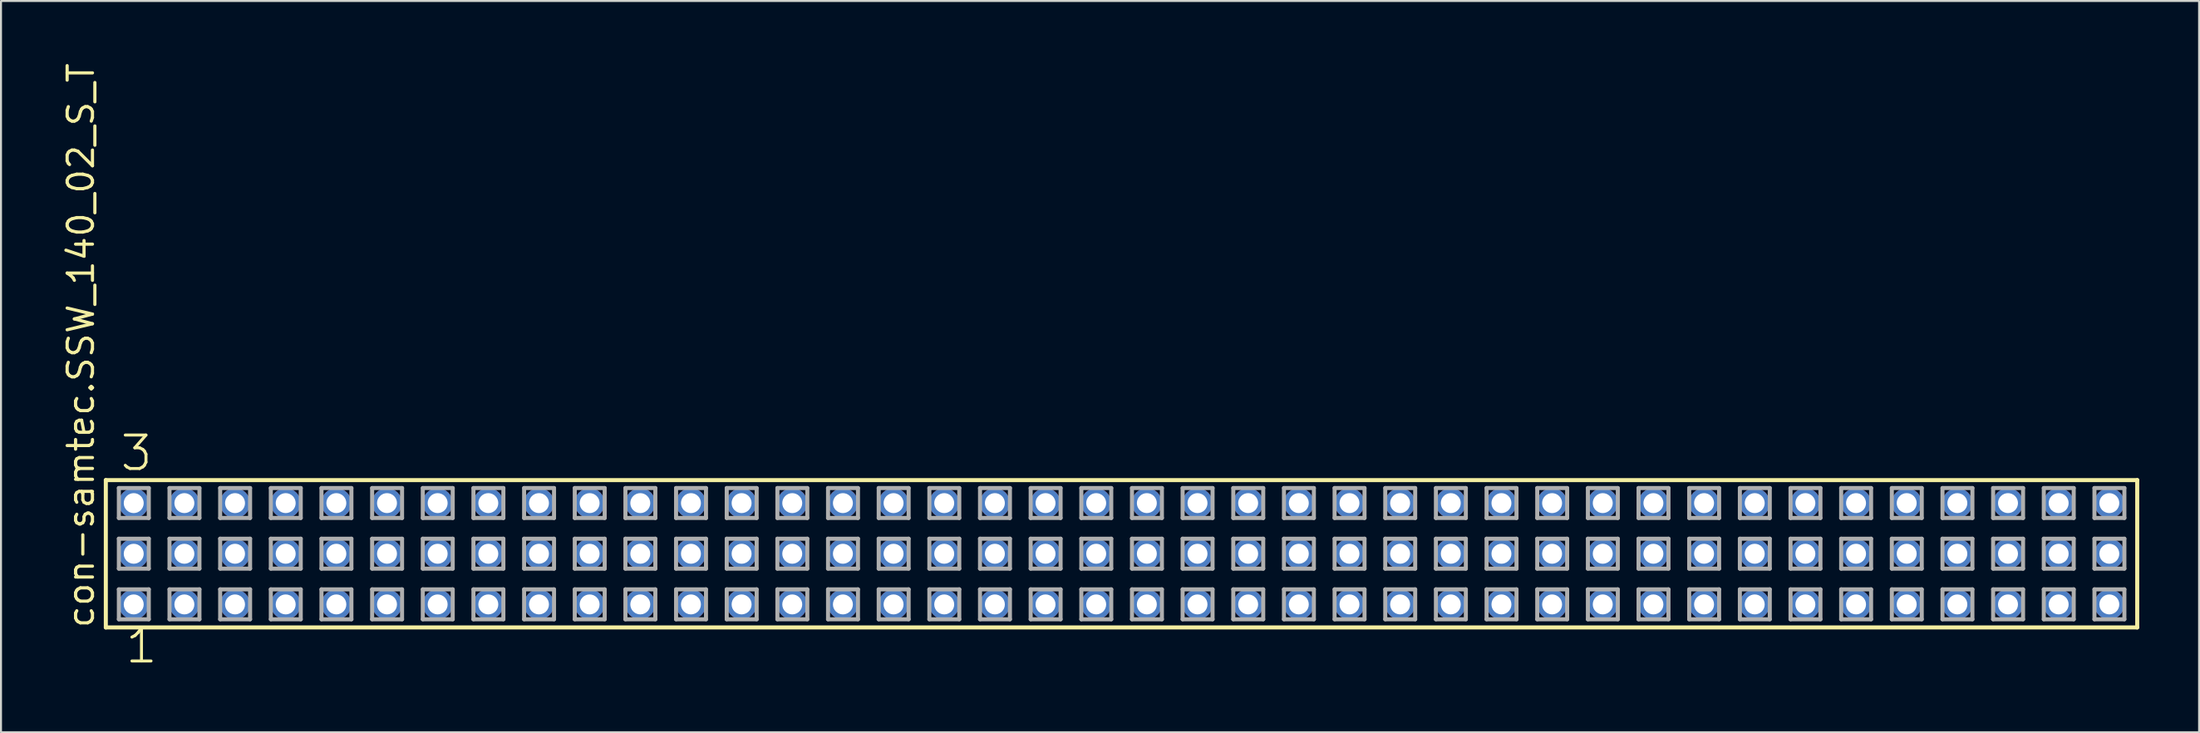
<source format=kicad_pcb>
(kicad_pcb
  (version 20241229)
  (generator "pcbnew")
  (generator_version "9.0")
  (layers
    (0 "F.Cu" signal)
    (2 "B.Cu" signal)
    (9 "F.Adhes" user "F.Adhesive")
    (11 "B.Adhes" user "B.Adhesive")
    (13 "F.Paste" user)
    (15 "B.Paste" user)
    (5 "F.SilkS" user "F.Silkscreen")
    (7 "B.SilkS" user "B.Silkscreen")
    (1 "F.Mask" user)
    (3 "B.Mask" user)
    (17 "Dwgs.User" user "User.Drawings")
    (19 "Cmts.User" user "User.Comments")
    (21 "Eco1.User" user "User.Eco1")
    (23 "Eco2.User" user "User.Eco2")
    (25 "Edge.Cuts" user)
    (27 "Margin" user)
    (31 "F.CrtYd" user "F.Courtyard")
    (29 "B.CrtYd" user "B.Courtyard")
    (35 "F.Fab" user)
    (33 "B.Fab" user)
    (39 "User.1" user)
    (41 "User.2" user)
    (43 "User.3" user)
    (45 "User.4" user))
  (footprint "con-samtec.SSW_140_02_S_T"
    (layer "F.Cu")
    (at 53.185 24.719)
    (property "Reference" "con-samtec.SSW_140_02_S_T" (at -51.435 3.81 90) (layer "F.SilkS") (effects (font (size 1.27 1.27) (thickness 0.16)) (justify left bottom)))
    (attr through_hole)
    (fp_line (start -50.929 -3.695) (end 50.929 -3.695) (stroke (width 0.203) (type default)) (layer "F.SilkS"))
    (fp_line (start -50.929 3.695) (end -50.929 -3.695) (stroke (width 0.203) (type default)) (layer "F.SilkS"))
    (fp_line (start 50.929 -3.695) (end 50.929 3.695) (stroke (width 0.203) (type default)) (layer "F.SilkS"))
    (fp_line (start 50.929 3.695) (end -50.929 3.695) (stroke (width 0.203) (type default)) (layer "F.SilkS"))
    (fp_line (start -50.275 -3.295) (end -48.775 -3.295) (stroke (width 0.203) (type default)) (layer "F.Fab"))
    (fp_line (start -50.275 -1.795) (end -50.275 -3.295) (stroke (width 0.203) (type default)) (layer "F.Fab"))
    (fp_line (start -50.275 -0.755) (end -48.775 -0.755) (stroke (width 0.203) (type default)) (layer "F.Fab"))
    (fp_line (start -50.275 0.745) (end -50.275 -0.755) (stroke (width 0.203) (type default)) (layer "F.Fab"))
    (fp_line (start -50.275 1.785) (end -48.775 1.785) (stroke (width 0.203) (type default)) (layer "F.Fab"))
    (fp_line (start -50.275 3.285) (end -50.275 1.785) (stroke (width 0.203) (type default)) (layer "F.Fab"))
    (fp_line (start -48.775 -3.295) (end -48.775 -1.795) (stroke (width 0.203) (type default)) (layer "F.Fab"))
    (fp_line (start -48.775 -1.795) (end -50.275 -1.795) (stroke (width 0.203) (type default)) (layer "F.Fab"))
    (fp_line (start -48.775 -0.755) (end -48.775 0.745) (stroke (width 0.203) (type default)) (layer "F.Fab"))
    (fp_line (start -48.775 0.745) (end -50.275 0.745) (stroke (width 0.203) (type default)) (layer "F.Fab"))
    (fp_line (start -48.775 1.785) (end -48.775 3.285) (stroke (width 0.203) (type default)) (layer "F.Fab"))
    (fp_line (start -48.775 3.285) (end -50.275 3.285) (stroke (width 0.203) (type default)) (layer "F.Fab"))
    (fp_line (start -47.735 -3.295) (end -46.235 -3.295) (stroke (width 0.203) (type default)) (layer "F.Fab"))
    (fp_line (start -47.735 -1.795) (end -47.735 -3.295) (stroke (width 0.203) (type default)) (layer "F.Fab"))
    (fp_line (start -47.735 -0.755) (end -46.235 -0.755) (stroke (width 0.203) (type default)) (layer "F.Fab"))
    (fp_line (start -47.735 0.745) (end -47.735 -0.755) (stroke (width 0.203) (type default)) (layer "F.Fab"))
    (fp_line (start -47.735 1.785) (end -46.235 1.785) (stroke (width 0.203) (type default)) (layer "F.Fab"))
    (fp_line (start -47.735 3.285) (end -47.735 1.785) (stroke (width 0.203) (type default)) (layer "F.Fab"))
    (fp_line (start -46.235 -3.295) (end -46.235 -1.795) (stroke (width 0.203) (type default)) (layer "F.Fab"))
    (fp_line (start -46.235 -1.795) (end -47.735 -1.795) (stroke (width 0.203) (type default)) (layer "F.Fab"))
    (fp_line (start -46.235 -0.755) (end -46.235 0.745) (stroke (width 0.203) (type default)) (layer "F.Fab"))
    (fp_line (start -46.235 0.745) (end -47.735 0.745) (stroke (width 0.203) (type default)) (layer "F.Fab"))
    (fp_line (start -46.235 1.785) (end -46.235 3.285) (stroke (width 0.203) (type default)) (layer "F.Fab"))
    (fp_line (start -46.235 3.285) (end -47.735 3.285) (stroke (width 0.203) (type default)) (layer "F.Fab"))
    (fp_line (start -45.195 -3.295) (end -43.695 -3.295) (stroke (width 0.203) (type default)) (layer "F.Fab"))
    (fp_line (start -45.195 -1.795) (end -45.195 -3.295) (stroke (width 0.203) (type default)) (layer "F.Fab"))
    (fp_line (start -45.195 -0.755) (end -43.695 -0.755) (stroke (width 0.203) (type default)) (layer "F.Fab"))
    (fp_line (start -45.195 0.745) (end -45.195 -0.755) (stroke (width 0.203) (type default)) (layer "F.Fab"))
    (fp_line (start -45.195 1.785) (end -43.695 1.785) (stroke (width 0.203) (type default)) (layer "F.Fab"))
    (fp_line (start -45.195 3.285) (end -45.195 1.785) (stroke (width 0.203) (type default)) (layer "F.Fab"))
    (fp_line (start -43.695 -3.295) (end -43.695 -1.795) (stroke (width 0.203) (type default)) (layer "F.Fab"))
    (fp_line (start -43.695 -1.795) (end -45.195 -1.795) (stroke (width 0.203) (type default)) (layer "F.Fab"))
    (fp_line (start -43.695 -0.755) (end -43.695 0.745) (stroke (width 0.203) (type default)) (layer "F.Fab"))
    (fp_line (start -43.695 0.745) (end -45.195 0.745) (stroke (width 0.203) (type default)) (layer "F.Fab"))
    (fp_line (start -43.695 1.785) (end -43.695 3.285) (stroke (width 0.203) (type default)) (layer "F.Fab"))
    (fp_line (start -43.695 3.285) (end -45.195 3.285) (stroke (width 0.203) (type default)) (layer "F.Fab"))
    (fp_line (start -42.655 -3.295) (end -41.155 -3.295) (stroke (width 0.203) (type default)) (layer "F.Fab"))
    (fp_line (start -42.655 -1.795) (end -42.655 -3.295) (stroke (width 0.203) (type default)) (layer "F.Fab"))
    (fp_line (start -42.655 -0.755) (end -41.155 -0.755) (stroke (width 0.203) (type default)) (layer "F.Fab"))
    (fp_line (start -42.655 0.745) (end -42.655 -0.755) (stroke (width 0.203) (type default)) (layer "F.Fab"))
    (fp_line (start -42.655 1.785) (end -41.155 1.785) (stroke (width 0.203) (type default)) (layer "F.Fab"))
    (fp_line (start -42.655 3.285) (end -42.655 1.785) (stroke (width 0.203) (type default)) (layer "F.Fab"))
    (fp_line (start -41.155 -3.295) (end -41.155 -1.795) (stroke (width 0.203) (type default)) (layer "F.Fab"))
    (fp_line (start -41.155 -1.795) (end -42.655 -1.795) (stroke (width 0.203) (type default)) (layer "F.Fab"))
    (fp_line (start -41.155 -0.755) (end -41.155 0.745) (stroke (width 0.203) (type default)) (layer "F.Fab"))
    (fp_line (start -41.155 0.745) (end -42.655 0.745) (stroke (width 0.203) (type default)) (layer "F.Fab"))
    (fp_line (start -41.155 1.785) (end -41.155 3.285) (stroke (width 0.203) (type default)) (layer "F.Fab"))
    (fp_line (start -41.155 3.285) (end -42.655 3.285) (stroke (width 0.203) (type default)) (layer "F.Fab"))
    (fp_line (start -40.115 -3.295) (end -38.615 -3.295) (stroke (width 0.203) (type default)) (layer "F.Fab"))
    (fp_line (start -40.115 -1.795) (end -40.115 -3.295) (stroke (width 0.203) (type default)) (layer "F.Fab"))
    (fp_line (start -40.115 -0.755) (end -38.615 -0.755) (stroke (width 0.203) (type default)) (layer "F.Fab"))
    (fp_line (start -40.115 0.745) (end -40.115 -0.755) (stroke (width 0.203) (type default)) (layer "F.Fab"))
    (fp_line (start -40.115 1.785) (end -38.615 1.785) (stroke (width 0.203) (type default)) (layer "F.Fab"))
    (fp_line (start -40.115 3.285) (end -40.115 1.785) (stroke (width 0.203) (type default)) (layer "F.Fab"))
    (fp_line (start -38.615 -3.295) (end -38.615 -1.795) (stroke (width 0.203) (type default)) (layer "F.Fab"))
    (fp_line (start -38.615 -1.795) (end -40.115 -1.795) (stroke (width 0.203) (type default)) (layer "F.Fab"))
    (fp_line (start -38.615 -0.755) (end -38.615 0.745) (stroke (width 0.203) (type default)) (layer "F.Fab"))
    (fp_line (start -38.615 0.745) (end -40.115 0.745) (stroke (width 0.203) (type default)) (layer "F.Fab"))
    (fp_line (start -38.615 1.785) (end -38.615 3.285) (stroke (width 0.203) (type default)) (layer "F.Fab"))
    (fp_line (start -38.615 3.285) (end -40.115 3.285) (stroke (width 0.203) (type default)) (layer "F.Fab"))
    (fp_line (start -37.575 -3.295) (end -36.075 -3.295) (stroke (width 0.203) (type default)) (layer "F.Fab"))
    (fp_line (start -37.575 -1.795) (end -37.575 -3.295) (stroke (width 0.203) (type default)) (layer "F.Fab"))
    (fp_line (start -37.575 -0.755) (end -36.075 -0.755) (stroke (width 0.203) (type default)) (layer "F.Fab"))
    (fp_line (start -37.575 0.745) (end -37.575 -0.755) (stroke (width 0.203) (type default)) (layer "F.Fab"))
    (fp_line (start -37.575 1.785) (end -36.075 1.785) (stroke (width 0.203) (type default)) (layer "F.Fab"))
    (fp_line (start -37.575 3.285) (end -37.575 1.785) (stroke (width 0.203) (type default)) (layer "F.Fab"))
    (fp_line (start -36.075 -3.295) (end -36.075 -1.795) (stroke (width 0.203) (type default)) (layer "F.Fab"))
    (fp_line (start -36.075 -1.795) (end -37.575 -1.795) (stroke (width 0.203) (type default)) (layer "F.Fab"))
    (fp_line (start -36.075 -0.755) (end -36.075 0.745) (stroke (width 0.203) (type default)) (layer "F.Fab"))
    (fp_line (start -36.075 0.745) (end -37.575 0.745) (stroke (width 0.203) (type default)) (layer "F.Fab"))
    (fp_line (start -36.075 1.785) (end -36.075 3.285) (stroke (width 0.203) (type default)) (layer "F.Fab"))
    (fp_line (start -36.075 3.285) (end -37.575 3.285) (stroke (width 0.203) (type default)) (layer "F.Fab"))
    (fp_line (start -35.035 -3.295) (end -33.535 -3.295) (stroke (width 0.203) (type default)) (layer "F.Fab"))
    (fp_line (start -35.035 -1.795) (end -35.035 -3.295) (stroke (width 0.203) (type default)) (layer "F.Fab"))
    (fp_line (start -35.035 -0.755) (end -33.535 -0.755) (stroke (width 0.203) (type default)) (layer "F.Fab"))
    (fp_line (start -35.035 0.745) (end -35.035 -0.755) (stroke (width 0.203) (type default)) (layer "F.Fab"))
    (fp_line (start -35.035 1.785) (end -33.535 1.785) (stroke (width 0.203) (type default)) (layer "F.Fab"))
    (fp_line (start -35.035 3.285) (end -35.035 1.785) (stroke (width 0.203) (type default)) (layer "F.Fab"))
    (fp_line (start -33.535 -3.295) (end -33.535 -1.795) (stroke (width 0.203) (type default)) (layer "F.Fab"))
    (fp_line (start -33.535 -1.795) (end -35.035 -1.795) (stroke (width 0.203) (type default)) (layer "F.Fab"))
    (fp_line (start -33.535 -0.755) (end -33.535 0.745) (stroke (width 0.203) (type default)) (layer "F.Fab"))
    (fp_line (start -33.535 0.745) (end -35.035 0.745) (stroke (width 0.203) (type default)) (layer "F.Fab"))
    (fp_line (start -33.535 1.785) (end -33.535 3.285) (stroke (width 0.203) (type default)) (layer "F.Fab"))
    (fp_line (start -33.535 3.285) (end -35.035 3.285) (stroke (width 0.203) (type default)) (layer "F.Fab"))
    (fp_line (start -32.495 -3.295) (end -30.995 -3.295) (stroke (width 0.203) (type default)) (layer "F.Fab"))
    (fp_line (start -32.495 -1.795) (end -32.495 -3.295) (stroke (width 0.203) (type default)) (layer "F.Fab"))
    (fp_line (start -32.495 -0.755) (end -30.995 -0.755) (stroke (width 0.203) (type default)) (layer "F.Fab"))
    (fp_line (start -32.495 0.745) (end -32.495 -0.755) (stroke (width 0.203) (type default)) (layer "F.Fab"))
    (fp_line (start -32.495 1.785) (end -30.995 1.785) (stroke (width 0.203) (type default)) (layer "F.Fab"))
    (fp_line (start -32.495 3.285) (end -32.495 1.785) (stroke (width 0.203) (type default)) (layer "F.Fab"))
    (fp_line (start -30.995 -3.295) (end -30.995 -1.795) (stroke (width 0.203) (type default)) (layer "F.Fab"))
    (fp_line (start -30.995 -1.795) (end -32.495 -1.795) (stroke (width 0.203) (type default)) (layer "F.Fab"))
    (fp_line (start -30.995 -0.755) (end -30.995 0.745) (stroke (width 0.203) (type default)) (layer "F.Fab"))
    (fp_line (start -30.995 0.745) (end -32.495 0.745) (stroke (width 0.203) (type default)) (layer "F.Fab"))
    (fp_line (start -30.995 1.785) (end -30.995 3.285) (stroke (width 0.203) (type default)) (layer "F.Fab"))
    (fp_line (start -30.995 3.285) (end -32.495 3.285) (stroke (width 0.203) (type default)) (layer "F.Fab"))
    (fp_line (start -29.955 -3.295) (end -28.455 -3.295) (stroke (width 0.203) (type default)) (layer "F.Fab"))
    (fp_line (start -29.955 -1.795) (end -29.955 -3.295) (stroke (width 0.203) (type default)) (layer "F.Fab"))
    (fp_line (start -29.955 -0.755) (end -28.455 -0.755) (stroke (width 0.203) (type default)) (layer "F.Fab"))
    (fp_line (start -29.955 0.745) (end -29.955 -0.755) (stroke (width 0.203) (type default)) (layer "F.Fab"))
    (fp_line (start -29.955 1.785) (end -28.455 1.785) (stroke (width 0.203) (type default)) (layer "F.Fab"))
    (fp_line (start -29.955 3.285) (end -29.955 1.785) (stroke (width 0.203) (type default)) (layer "F.Fab"))
    (fp_line (start -28.455 -3.295) (end -28.455 -1.795) (stroke (width 0.203) (type default)) (layer "F.Fab"))
    (fp_line (start -28.455 -1.795) (end -29.955 -1.795) (stroke (width 0.203) (type default)) (layer "F.Fab"))
    (fp_line (start -28.455 -0.755) (end -28.455 0.745) (stroke (width 0.203) (type default)) (layer "F.Fab"))
    (fp_line (start -28.455 0.745) (end -29.955 0.745) (stroke (width 0.203) (type default)) (layer "F.Fab"))
    (fp_line (start -28.455 1.785) (end -28.455 3.285) (stroke (width 0.203) (type default)) (layer "F.Fab"))
    (fp_line (start -28.455 3.285) (end -29.955 3.285) (stroke (width 0.203) (type default)) (layer "F.Fab"))
    (fp_line (start -27.415 -3.295) (end -25.915 -3.295) (stroke (width 0.203) (type default)) (layer "F.Fab"))
    (fp_line (start -27.415 -1.795) (end -27.415 -3.295) (stroke (width 0.203) (type default)) (layer "F.Fab"))
    (fp_line (start -27.415 -0.755) (end -25.915 -0.755) (stroke (width 0.203) (type default)) (layer "F.Fab"))
    (fp_line (start -27.415 0.745) (end -27.415 -0.755) (stroke (width 0.203) (type default)) (layer "F.Fab"))
    (fp_line (start -27.415 1.785) (end -25.915 1.785) (stroke (width 0.203) (type default)) (layer "F.Fab"))
    (fp_line (start -27.415 3.285) (end -27.415 1.785) (stroke (width 0.203) (type default)) (layer "F.Fab"))
    (fp_line (start -25.915 -3.295) (end -25.915 -1.795) (stroke (width 0.203) (type default)) (layer "F.Fab"))
    (fp_line (start -25.915 -1.795) (end -27.415 -1.795) (stroke (width 0.203) (type default)) (layer "F.Fab"))
    (fp_line (start -25.915 -0.755) (end -25.915 0.745) (stroke (width 0.203) (type default)) (layer "F.Fab"))
    (fp_line (start -25.915 0.745) (end -27.415 0.745) (stroke (width 0.203) (type default)) (layer "F.Fab"))
    (fp_line (start -25.915 1.785) (end -25.915 3.285) (stroke (width 0.203) (type default)) (layer "F.Fab"))
    (fp_line (start -25.915 3.285) (end -27.415 3.285) (stroke (width 0.203) (type default)) (layer "F.Fab"))
    (fp_line (start -24.875 -3.295) (end -23.375 -3.295) (stroke (width 0.203) (type default)) (layer "F.Fab"))
    (fp_line (start -24.875 -1.795) (end -24.875 -3.295) (stroke (width 0.203) (type default)) (layer "F.Fab"))
    (fp_line (start -24.875 -0.755) (end -23.375 -0.755) (stroke (width 0.203) (type default)) (layer "F.Fab"))
    (fp_line (start -24.875 0.745) (end -24.875 -0.755) (stroke (width 0.203) (type default)) (layer "F.Fab"))
    (fp_line (start -24.875 1.785) (end -23.375 1.785) (stroke (width 0.203) (type default)) (layer "F.Fab"))
    (fp_line (start -24.875 3.285) (end -24.875 1.785) (stroke (width 0.203) (type default)) (layer "F.Fab"))
    (fp_line (start -23.375 -3.295) (end -23.375 -1.795) (stroke (width 0.203) (type default)) (layer "F.Fab"))
    (fp_line (start -23.375 -1.795) (end -24.875 -1.795) (stroke (width 0.203) (type default)) (layer "F.Fab"))
    (fp_line (start -23.375 -0.755) (end -23.375 0.745) (stroke (width 0.203) (type default)) (layer "F.Fab"))
    (fp_line (start -23.375 0.745) (end -24.875 0.745) (stroke (width 0.203) (type default)) (layer "F.Fab"))
    (fp_line (start -23.375 1.785) (end -23.375 3.285) (stroke (width 0.203) (type default)) (layer "F.Fab"))
    (fp_line (start -23.375 3.285) (end -24.875 3.285) (stroke (width 0.203) (type default)) (layer "F.Fab"))
    (fp_line (start -22.335 -3.295) (end -20.835 -3.295) (stroke (width 0.203) (type default)) (layer "F.Fab"))
    (fp_line (start -22.335 -1.795) (end -22.335 -3.295) (stroke (width 0.203) (type default)) (layer "F.Fab"))
    (fp_line (start -22.335 -0.755) (end -20.835 -0.755) (stroke (width 0.203) (type default)) (layer "F.Fab"))
    (fp_line (start -22.335 0.745) (end -22.335 -0.755) (stroke (width 0.203) (type default)) (layer "F.Fab"))
    (fp_line (start -22.335 1.785) (end -20.835 1.785) (stroke (width 0.203) (type default)) (layer "F.Fab"))
    (fp_line (start -22.335 3.285) (end -22.335 1.785) (stroke (width 0.203) (type default)) (layer "F.Fab"))
    (fp_line (start -20.835 -3.295) (end -20.835 -1.795) (stroke (width 0.203) (type default)) (layer "F.Fab"))
    (fp_line (start -20.835 -1.795) (end -22.335 -1.795) (stroke (width 0.203) (type default)) (layer "F.Fab"))
    (fp_line (start -20.835 -0.755) (end -20.835 0.745) (stroke (width 0.203) (type default)) (layer "F.Fab"))
    (fp_line (start -20.835 0.745) (end -22.335 0.745) (stroke (width 0.203) (type default)) (layer "F.Fab"))
    (fp_line (start -20.835 1.785) (end -20.835 3.285) (stroke (width 0.203) (type default)) (layer "F.Fab"))
    (fp_line (start -20.835 3.285) (end -22.335 3.285) (stroke (width 0.203) (type default)) (layer "F.Fab"))
    (fp_line (start -19.795 -3.295) (end -18.295 -3.295) (stroke (width 0.203) (type default)) (layer "F.Fab"))
    (fp_line (start -19.795 -1.795) (end -19.795 -3.295) (stroke (width 0.203) (type default)) (layer "F.Fab"))
    (fp_line (start -19.795 -0.755) (end -18.295 -0.755) (stroke (width 0.203) (type default)) (layer "F.Fab"))
    (fp_line (start -19.795 0.745) (end -19.795 -0.755) (stroke (width 0.203) (type default)) (layer "F.Fab"))
    (fp_line (start -19.795 1.785) (end -18.295 1.785) (stroke (width 0.203) (type default)) (layer "F.Fab"))
    (fp_line (start -19.795 3.285) (end -19.795 1.785) (stroke (width 0.203) (type default)) (layer "F.Fab"))
    (fp_line (start -18.295 -3.295) (end -18.295 -1.795) (stroke (width 0.203) (type default)) (layer "F.Fab"))
    (fp_line (start -18.295 -1.795) (end -19.795 -1.795) (stroke (width 0.203) (type default)) (layer "F.Fab"))
    (fp_line (start -18.295 -0.755) (end -18.295 0.745) (stroke (width 0.203) (type default)) (layer "F.Fab"))
    (fp_line (start -18.295 0.745) (end -19.795 0.745) (stroke (width 0.203) (type default)) (layer "F.Fab"))
    (fp_line (start -18.295 1.785) (end -18.295 3.285) (stroke (width 0.203) (type default)) (layer "F.Fab"))
    (fp_line (start -18.295 3.285) (end -19.795 3.285) (stroke (width 0.203) (type default)) (layer "F.Fab"))
    (fp_line (start -17.255 -3.295) (end -15.755 -3.295) (stroke (width 0.203) (type default)) (layer "F.Fab"))
    (fp_line (start -17.255 -1.795) (end -17.255 -3.295) (stroke (width 0.203) (type default)) (layer "F.Fab"))
    (fp_line (start -17.255 -0.755) (end -15.755 -0.755) (stroke (width 0.203) (type default)) (layer "F.Fab"))
    (fp_line (start -17.255 0.745) (end -17.255 -0.755) (stroke (width 0.203) (type default)) (layer "F.Fab"))
    (fp_line (start -17.255 1.785) (end -15.755 1.785) (stroke (width 0.203) (type default)) (layer "F.Fab"))
    (fp_line (start -17.255 3.285) (end -17.255 1.785) (stroke (width 0.203) (type default)) (layer "F.Fab"))
    (fp_line (start -15.755 -3.295) (end -15.755 -1.795) (stroke (width 0.203) (type default)) (layer "F.Fab"))
    (fp_line (start -15.755 -1.795) (end -17.255 -1.795) (stroke (width 0.203) (type default)) (layer "F.Fab"))
    (fp_line (start -15.755 -0.755) (end -15.755 0.745) (stroke (width 0.203) (type default)) (layer "F.Fab"))
    (fp_line (start -15.755 0.745) (end -17.255 0.745) (stroke (width 0.203) (type default)) (layer "F.Fab"))
    (fp_line (start -15.755 1.785) (end -15.755 3.285) (stroke (width 0.203) (type default)) (layer "F.Fab"))
    (fp_line (start -15.755 3.285) (end -17.255 3.285) (stroke (width 0.203) (type default)) (layer "F.Fab"))
    (fp_line (start -14.715 -3.295) (end -13.215 -3.295) (stroke (width 0.203) (type default)) (layer "F.Fab"))
    (fp_line (start -14.715 -1.795) (end -14.715 -3.295) (stroke (width 0.203) (type default)) (layer "F.Fab"))
    (fp_line (start -14.715 -0.755) (end -13.215 -0.755) (stroke (width 0.203) (type default)) (layer "F.Fab"))
    (fp_line (start -14.715 0.745) (end -14.715 -0.755) (stroke (width 0.203) (type default)) (layer "F.Fab"))
    (fp_line (start -14.715 1.785) (end -13.215 1.785) (stroke (width 0.203) (type default)) (layer "F.Fab"))
    (fp_line (start -14.715 3.285) (end -14.715 1.785) (stroke (width 0.203) (type default)) (layer "F.Fab"))
    (fp_line (start -13.215 -3.295) (end -13.215 -1.795) (stroke (width 0.203) (type default)) (layer "F.Fab"))
    (fp_line (start -13.215 -1.795) (end -14.715 -1.795) (stroke (width 0.203) (type default)) (layer "F.Fab"))
    (fp_line (start -13.215 -0.755) (end -13.215 0.745) (stroke (width 0.203) (type default)) (layer "F.Fab"))
    (fp_line (start -13.215 0.745) (end -14.715 0.745) (stroke (width 0.203) (type default)) (layer "F.Fab"))
    (fp_line (start -13.215 1.785) (end -13.215 3.285) (stroke (width 0.203) (type default)) (layer "F.Fab"))
    (fp_line (start -13.215 3.285) (end -14.715 3.285) (stroke (width 0.203) (type default)) (layer "F.Fab"))
    (fp_line (start -12.175 -3.295) (end -10.675 -3.295) (stroke (width 0.203) (type default)) (layer "F.Fab"))
    (fp_line (start -12.175 -1.795) (end -12.175 -3.295) (stroke (width 0.203) (type default)) (layer "F.Fab"))
    (fp_line (start -12.175 -0.755) (end -10.675 -0.755) (stroke (width 0.203) (type default)) (layer "F.Fab"))
    (fp_line (start -12.175 0.745) (end -12.175 -0.755) (stroke (width 0.203) (type default)) (layer "F.Fab"))
    (fp_line (start -12.175 1.785) (end -10.675 1.785) (stroke (width 0.203) (type default)) (layer "F.Fab"))
    (fp_line (start -12.175 3.285) (end -12.175 1.785) (stroke (width 0.203) (type default)) (layer "F.Fab"))
    (fp_line (start -10.675 -3.295) (end -10.675 -1.795) (stroke (width 0.203) (type default)) (layer "F.Fab"))
    (fp_line (start -10.675 -1.795) (end -12.175 -1.795) (stroke (width 0.203) (type default)) (layer "F.Fab"))
    (fp_line (start -10.675 -0.755) (end -10.675 0.745) (stroke (width 0.203) (type default)) (layer "F.Fab"))
    (fp_line (start -10.675 0.745) (end -12.175 0.745) (stroke (width 0.203) (type default)) (layer "F.Fab"))
    (fp_line (start -10.675 1.785) (end -10.675 3.285) (stroke (width 0.203) (type default)) (layer "F.Fab"))
    (fp_line (start -10.675 3.285) (end -12.175 3.285) (stroke (width 0.203) (type default)) (layer "F.Fab"))
    (fp_line (start -9.635 -3.295) (end -8.135 -3.295) (stroke (width 0.203) (type default)) (layer "F.Fab"))
    (fp_line (start -9.635 -1.795) (end -9.635 -3.295) (stroke (width 0.203) (type default)) (layer "F.Fab"))
    (fp_line (start -9.635 -0.755) (end -8.135 -0.755) (stroke (width 0.203) (type default)) (layer "F.Fab"))
    (fp_line (start -9.635 0.745) (end -9.635 -0.755) (stroke (width 0.203) (type default)) (layer "F.Fab"))
    (fp_line (start -9.635 1.785) (end -8.135 1.785) (stroke (width 0.203) (type default)) (layer "F.Fab"))
    (fp_line (start -9.635 3.285) (end -9.635 1.785) (stroke (width 0.203) (type default)) (layer "F.Fab"))
    (fp_line (start -8.135 -3.295) (end -8.135 -1.795) (stroke (width 0.203) (type default)) (layer "F.Fab"))
    (fp_line (start -8.135 -1.795) (end -9.635 -1.795) (stroke (width 0.203) (type default)) (layer "F.Fab"))
    (fp_line (start -8.135 -0.755) (end -8.135 0.745) (stroke (width 0.203) (type default)) (layer "F.Fab"))
    (fp_line (start -8.135 0.745) (end -9.635 0.745) (stroke (width 0.203) (type default)) (layer "F.Fab"))
    (fp_line (start -8.135 1.785) (end -8.135 3.285) (stroke (width 0.203) (type default)) (layer "F.Fab"))
    (fp_line (start -8.135 3.285) (end -9.635 3.285) (stroke (width 0.203) (type default)) (layer "F.Fab"))
    (fp_line (start -7.095 -3.295) (end -5.595 -3.295) (stroke (width 0.203) (type default)) (layer "F.Fab"))
    (fp_line (start -7.095 -1.795) (end -7.095 -3.295) (stroke (width 0.203) (type default)) (layer "F.Fab"))
    (fp_line (start -7.095 -0.755) (end -5.595 -0.755) (stroke (width 0.203) (type default)) (layer "F.Fab"))
    (fp_line (start -7.095 0.745) (end -7.095 -0.755) (stroke (width 0.203) (type default)) (layer "F.Fab"))
    (fp_line (start -7.095 1.785) (end -5.595 1.785) (stroke (width 0.203) (type default)) (layer "F.Fab"))
    (fp_line (start -7.095 3.285) (end -7.095 1.785) (stroke (width 0.203) (type default)) (layer "F.Fab"))
    (fp_line (start -5.595 -3.295) (end -5.595 -1.795) (stroke (width 0.203) (type default)) (layer "F.Fab"))
    (fp_line (start -5.595 -1.795) (end -7.095 -1.795) (stroke (width 0.203) (type default)) (layer "F.Fab"))
    (fp_line (start -5.595 -0.755) (end -5.595 0.745) (stroke (width 0.203) (type default)) (layer "F.Fab"))
    (fp_line (start -5.595 0.745) (end -7.095 0.745) (stroke (width 0.203) (type default)) (layer "F.Fab"))
    (fp_line (start -5.595 1.785) (end -5.595 3.285) (stroke (width 0.203) (type default)) (layer "F.Fab"))
    (fp_line (start -5.595 3.285) (end -7.095 3.285) (stroke (width 0.203) (type default)) (layer "F.Fab"))
    (fp_line (start -4.555 -3.295) (end -3.055 -3.295) (stroke (width 0.203) (type default)) (layer "F.Fab"))
    (fp_line (start -4.555 -1.795) (end -4.555 -3.295) (stroke (width 0.203) (type default)) (layer "F.Fab"))
    (fp_line (start -4.555 -0.755) (end -3.055 -0.755) (stroke (width 0.203) (type default)) (layer "F.Fab"))
    (fp_line (start -4.555 0.745) (end -4.555 -0.755) (stroke (width 0.203) (type default)) (layer "F.Fab"))
    (fp_line (start -4.555 1.785) (end -3.055 1.785) (stroke (width 0.203) (type default)) (layer "F.Fab"))
    (fp_line (start -4.555 3.285) (end -4.555 1.785) (stroke (width 0.203) (type default)) (layer "F.Fab"))
    (fp_line (start -3.055 -3.295) (end -3.055 -1.795) (stroke (width 0.203) (type default)) (layer "F.Fab"))
    (fp_line (start -3.055 -1.795) (end -4.555 -1.795) (stroke (width 0.203) (type default)) (layer "F.Fab"))
    (fp_line (start -3.055 -0.755) (end -3.055 0.745) (stroke (width 0.203) (type default)) (layer "F.Fab"))
    (fp_line (start -3.055 0.745) (end -4.555 0.745) (stroke (width 0.203) (type default)) (layer "F.Fab"))
    (fp_line (start -3.055 1.785) (end -3.055 3.285) (stroke (width 0.203) (type default)) (layer "F.Fab"))
    (fp_line (start -3.055 3.285) (end -4.555 3.285) (stroke (width 0.203) (type default)) (layer "F.Fab"))
    (fp_line (start -2.015 -3.295) (end -0.515 -3.295) (stroke (width 0.203) (type default)) (layer "F.Fab"))
    (fp_line (start -2.015 -1.795) (end -2.015 -3.295) (stroke (width 0.203) (type default)) (layer "F.Fab"))
    (fp_line (start -2.015 -0.755) (end -0.515 -0.755) (stroke (width 0.203) (type default)) (layer "F.Fab"))
    (fp_line (start -2.015 0.745) (end -2.015 -0.755) (stroke (width 0.203) (type default)) (layer "F.Fab"))
    (fp_line (start -2.015 1.785) (end -0.515 1.785) (stroke (width 0.203) (type default)) (layer "F.Fab"))
    (fp_line (start -2.015 3.285) (end -2.015 1.785) (stroke (width 0.203) (type default)) (layer "F.Fab"))
    (fp_line (start -0.515 -3.295) (end -0.515 -1.795) (stroke (width 0.203) (type default)) (layer "F.Fab"))
    (fp_line (start -0.515 -1.795) (end -2.015 -1.795) (stroke (width 0.203) (type default)) (layer "F.Fab"))
    (fp_line (start -0.515 -0.755) (end -0.515 0.745) (stroke (width 0.203) (type default)) (layer "F.Fab"))
    (fp_line (start -0.515 0.745) (end -2.015 0.745) (stroke (width 0.203) (type default)) (layer "F.Fab"))
    (fp_line (start -0.515 1.785) (end -0.515 3.285) (stroke (width 0.203) (type default)) (layer "F.Fab"))
    (fp_line (start -0.515 3.285) (end -2.015 3.285) (stroke (width 0.203) (type default)) (layer "F.Fab"))
    (fp_line (start 0.525 -3.295) (end 2.025 -3.295) (stroke (width 0.203) (type default)) (layer "F.Fab"))
    (fp_line (start 0.525 -1.795) (end 0.525 -3.295) (stroke (width 0.203) (type default)) (layer "F.Fab"))
    (fp_line (start 0.525 -0.755) (end 2.025 -0.755) (stroke (width 0.203) (type default)) (layer "F.Fab"))
    (fp_line (start 0.525 0.745) (end 0.525 -0.755) (stroke (width 0.203) (type default)) (layer "F.Fab"))
    (fp_line (start 0.525 1.785) (end 2.025 1.785) (stroke (width 0.203) (type default)) (layer "F.Fab"))
    (fp_line (start 0.525 3.285) (end 0.525 1.785) (stroke (width 0.203) (type default)) (layer "F.Fab"))
    (fp_line (start 2.025 -3.295) (end 2.025 -1.795) (stroke (width 0.203) (type default)) (layer "F.Fab"))
    (fp_line (start 2.025 -1.795) (end 0.525 -1.795) (stroke (width 0.203) (type default)) (layer "F.Fab"))
    (fp_line (start 2.025 -0.755) (end 2.025 0.745) (stroke (width 0.203) (type default)) (layer "F.Fab"))
    (fp_line (start 2.025 0.745) (end 0.525 0.745) (stroke (width 0.203) (type default)) (layer "F.Fab"))
    (fp_line (start 2.025 1.785) (end 2.025 3.285) (stroke (width 0.203) (type default)) (layer "F.Fab"))
    (fp_line (start 2.025 3.285) (end 0.525 3.285) (stroke (width 0.203) (type default)) (layer "F.Fab"))
    (fp_line (start 3.065 -3.295) (end 4.565 -3.295) (stroke (width 0.203) (type default)) (layer "F.Fab"))
    (fp_line (start 3.065 -1.795) (end 3.065 -3.295) (stroke (width 0.203) (type default)) (layer "F.Fab"))
    (fp_line (start 3.065 -0.755) (end 4.565 -0.755) (stroke (width 0.203) (type default)) (layer "F.Fab"))
    (fp_line (start 3.065 0.745) (end 3.065 -0.755) (stroke (width 0.203) (type default)) (layer "F.Fab"))
    (fp_line (start 3.065 1.785) (end 4.565 1.785) (stroke (width 0.203) (type default)) (layer "F.Fab"))
    (fp_line (start 3.065 3.285) (end 3.065 1.785) (stroke (width 0.203) (type default)) (layer "F.Fab"))
    (fp_line (start 4.565 -3.295) (end 4.565 -1.795) (stroke (width 0.203) (type default)) (layer "F.Fab"))
    (fp_line (start 4.565 -1.795) (end 3.065 -1.795) (stroke (width 0.203) (type default)) (layer "F.Fab"))
    (fp_line (start 4.565 -0.755) (end 4.565 0.745) (stroke (width 0.203) (type default)) (layer "F.Fab"))
    (fp_line (start 4.565 0.745) (end 3.065 0.745) (stroke (width 0.203) (type default)) (layer "F.Fab"))
    (fp_line (start 4.565 1.785) (end 4.565 3.285) (stroke (width 0.203) (type default)) (layer "F.Fab"))
    (fp_line (start 4.565 3.285) (end 3.065 3.285) (stroke (width 0.203) (type default)) (layer "F.Fab"))
    (fp_line (start 5.605 -3.295) (end 7.105 -3.295) (stroke (width 0.203) (type default)) (layer "F.Fab"))
    (fp_line (start 5.605 -1.795) (end 5.605 -3.295) (stroke (width 0.203) (type default)) (layer "F.Fab"))
    (fp_line (start 5.605 -0.755) (end 7.105 -0.755) (stroke (width 0.203) (type default)) (layer "F.Fab"))
    (fp_line (start 5.605 0.745) (end 5.605 -0.755) (stroke (width 0.203) (type default)) (layer "F.Fab"))
    (fp_line (start 5.605 1.785) (end 7.105 1.785) (stroke (width 0.203) (type default)) (layer "F.Fab"))
    (fp_line (start 5.605 3.285) (end 5.605 1.785) (stroke (width 0.203) (type default)) (layer "F.Fab"))
    (fp_line (start 7.105 -3.295) (end 7.105 -1.795) (stroke (width 0.203) (type default)) (layer "F.Fab"))
    (fp_line (start 7.105 -1.795) (end 5.605 -1.795) (stroke (width 0.203) (type default)) (layer "F.Fab"))
    (fp_line (start 7.105 -0.755) (end 7.105 0.745) (stroke (width 0.203) (type default)) (layer "F.Fab"))
    (fp_line (start 7.105 0.745) (end 5.605 0.745) (stroke (width 0.203) (type default)) (layer "F.Fab"))
    (fp_line (start 7.105 1.785) (end 7.105 3.285) (stroke (width 0.203) (type default)) (layer "F.Fab"))
    (fp_line (start 7.105 3.285) (end 5.605 3.285) (stroke (width 0.203) (type default)) (layer "F.Fab"))
    (fp_line (start 8.145 -3.295) (end 9.645 -3.295) (stroke (width 0.203) (type default)) (layer "F.Fab"))
    (fp_line (start 8.145 -1.795) (end 8.145 -3.295) (stroke (width 0.203) (type default)) (layer "F.Fab"))
    (fp_line (start 8.145 -0.755) (end 9.645 -0.755) (stroke (width 0.203) (type default)) (layer "F.Fab"))
    (fp_line (start 8.145 0.745) (end 8.145 -0.755) (stroke (width 0.203) (type default)) (layer "F.Fab"))
    (fp_line (start 8.145 1.785) (end 9.645 1.785) (stroke (width 0.203) (type default)) (layer "F.Fab"))
    (fp_line (start 8.145 3.285) (end 8.145 1.785) (stroke (width 0.203) (type default)) (layer "F.Fab"))
    (fp_line (start 9.645 -3.295) (end 9.645 -1.795) (stroke (width 0.203) (type default)) (layer "F.Fab"))
    (fp_line (start 9.645 -1.795) (end 8.145 -1.795) (stroke (width 0.203) (type default)) (layer "F.Fab"))
    (fp_line (start 9.645 -0.755) (end 9.645 0.745) (stroke (width 0.203) (type default)) (layer "F.Fab"))
    (fp_line (start 9.645 0.745) (end 8.145 0.745) (stroke (width 0.203) (type default)) (layer "F.Fab"))
    (fp_line (start 9.645 1.785) (end 9.645 3.285) (stroke (width 0.203) (type default)) (layer "F.Fab"))
    (fp_line (start 9.645 3.285) (end 8.145 3.285) (stroke (width 0.203) (type default)) (layer "F.Fab"))
    (fp_line (start 10.685 -3.295) (end 12.185 -3.295) (stroke (width 0.203) (type default)) (layer "F.Fab"))
    (fp_line (start 10.685 -1.795) (end 10.685 -3.295) (stroke (width 0.203) (type default)) (layer "F.Fab"))
    (fp_line (start 10.685 -0.755) (end 12.185 -0.755) (stroke (width 0.203) (type default)) (layer "F.Fab"))
    (fp_line (start 10.685 0.745) (end 10.685 -0.755) (stroke (width 0.203) (type default)) (layer "F.Fab"))
    (fp_line (start 10.685 1.785) (end 12.185 1.785) (stroke (width 0.203) (type default)) (layer "F.Fab"))
    (fp_line (start 10.685 3.285) (end 10.685 1.785) (stroke (width 0.203) (type default)) (layer "F.Fab"))
    (fp_line (start 12.185 -3.295) (end 12.185 -1.795) (stroke (width 0.203) (type default)) (layer "F.Fab"))
    (fp_line (start 12.185 -1.795) (end 10.685 -1.795) (stroke (width 0.203) (type default)) (layer "F.Fab"))
    (fp_line (start 12.185 -0.755) (end 12.185 0.745) (stroke (width 0.203) (type default)) (layer "F.Fab"))
    (fp_line (start 12.185 0.745) (end 10.685 0.745) (stroke (width 0.203) (type default)) (layer "F.Fab"))
    (fp_line (start 12.185 1.785) (end 12.185 3.285) (stroke (width 0.203) (type default)) (layer "F.Fab"))
    (fp_line (start 12.185 3.285) (end 10.685 3.285) (stroke (width 0.203) (type default)) (layer "F.Fab"))
    (fp_line (start 13.225 -3.295) (end 14.725 -3.295) (stroke (width 0.203) (type default)) (layer "F.Fab"))
    (fp_line (start 13.225 -1.795) (end 13.225 -3.295) (stroke (width 0.203) (type default)) (layer "F.Fab"))
    (fp_line (start 13.225 -0.755) (end 14.725 -0.755) (stroke (width 0.203) (type default)) (layer "F.Fab"))
    (fp_line (start 13.225 0.745) (end 13.225 -0.755) (stroke (width 0.203) (type default)) (layer "F.Fab"))
    (fp_line (start 13.225 1.785) (end 14.725 1.785) (stroke (width 0.203) (type default)) (layer "F.Fab"))
    (fp_line (start 13.225 3.285) (end 13.225 1.785) (stroke (width 0.203) (type default)) (layer "F.Fab"))
    (fp_line (start 14.725 -3.295) (end 14.725 -1.795) (stroke (width 0.203) (type default)) (layer "F.Fab"))
    (fp_line (start 14.725 -1.795) (end 13.225 -1.795) (stroke (width 0.203) (type default)) (layer "F.Fab"))
    (fp_line (start 14.725 -0.755) (end 14.725 0.745) (stroke (width 0.203) (type default)) (layer "F.Fab"))
    (fp_line (start 14.725 0.745) (end 13.225 0.745) (stroke (width 0.203) (type default)) (layer "F.Fab"))
    (fp_line (start 14.725 1.785) (end 14.725 3.285) (stroke (width 0.203) (type default)) (layer "F.Fab"))
    (fp_line (start 14.725 3.285) (end 13.225 3.285) (stroke (width 0.203) (type default)) (layer "F.Fab"))
    (fp_line (start 15.765 -3.295) (end 17.265 -3.295) (stroke (width 0.203) (type default)) (layer "F.Fab"))
    (fp_line (start 15.765 -1.795) (end 15.765 -3.295) (stroke (width 0.203) (type default)) (layer "F.Fab"))
    (fp_line (start 15.765 -0.755) (end 17.265 -0.755) (stroke (width 0.203) (type default)) (layer "F.Fab"))
    (fp_line (start 15.765 0.745) (end 15.765 -0.755) (stroke (width 0.203) (type default)) (layer "F.Fab"))
    (fp_line (start 15.765 1.785) (end 17.265 1.785) (stroke (width 0.203) (type default)) (layer "F.Fab"))
    (fp_line (start 15.765 3.285) (end 15.765 1.785) (stroke (width 0.203) (type default)) (layer "F.Fab"))
    (fp_line (start 17.265 -3.295) (end 17.265 -1.795) (stroke (width 0.203) (type default)) (layer "F.Fab"))
    (fp_line (start 17.265 -1.795) (end 15.765 -1.795) (stroke (width 0.203) (type default)) (layer "F.Fab"))
    (fp_line (start 17.265 -0.755) (end 17.265 0.745) (stroke (width 0.203) (type default)) (layer "F.Fab"))
    (fp_line (start 17.265 0.745) (end 15.765 0.745) (stroke (width 0.203) (type default)) (layer "F.Fab"))
    (fp_line (start 17.265 1.785) (end 17.265 3.285) (stroke (width 0.203) (type default)) (layer "F.Fab"))
    (fp_line (start 17.265 3.285) (end 15.765 3.285) (stroke (width 0.203) (type default)) (layer "F.Fab"))
    (fp_line (start 18.305 -3.295) (end 19.805 -3.295) (stroke (width 0.203) (type default)) (layer "F.Fab"))
    (fp_line (start 18.305 -1.795) (end 18.305 -3.295) (stroke (width 0.203) (type default)) (layer "F.Fab"))
    (fp_line (start 18.305 -0.755) (end 19.805 -0.755) (stroke (width 0.203) (type default)) (layer "F.Fab"))
    (fp_line (start 18.305 0.745) (end 18.305 -0.755) (stroke (width 0.203) (type default)) (layer "F.Fab"))
    (fp_line (start 18.305 1.785) (end 19.805 1.785) (stroke (width 0.203) (type default)) (layer "F.Fab"))
    (fp_line (start 18.305 3.285) (end 18.305 1.785) (stroke (width 0.203) (type default)) (layer "F.Fab"))
    (fp_line (start 19.805 -3.295) (end 19.805 -1.795) (stroke (width 0.203) (type default)) (layer "F.Fab"))
    (fp_line (start 19.805 -1.795) (end 18.305 -1.795) (stroke (width 0.203) (type default)) (layer "F.Fab"))
    (fp_line (start 19.805 -0.755) (end 19.805 0.745) (stroke (width 0.203) (type default)) (layer "F.Fab"))
    (fp_line (start 19.805 0.745) (end 18.305 0.745) (stroke (width 0.203) (type default)) (layer "F.Fab"))
    (fp_line (start 19.805 1.785) (end 19.805 3.285) (stroke (width 0.203) (type default)) (layer "F.Fab"))
    (fp_line (start 19.805 3.285) (end 18.305 3.285) (stroke (width 0.203) (type default)) (layer "F.Fab"))
    (fp_line (start 20.845 -3.295) (end 22.345 -3.295) (stroke (width 0.203) (type default)) (layer "F.Fab"))
    (fp_line (start 20.845 -1.795) (end 20.845 -3.295) (stroke (width 0.203) (type default)) (layer "F.Fab"))
    (fp_line (start 20.845 -0.755) (end 22.345 -0.755) (stroke (width 0.203) (type default)) (layer "F.Fab"))
    (fp_line (start 20.845 0.745) (end 20.845 -0.755) (stroke (width 0.203) (type default)) (layer "F.Fab"))
    (fp_line (start 20.845 1.785) (end 22.345 1.785) (stroke (width 0.203) (type default)) (layer "F.Fab"))
    (fp_line (start 20.845 3.285) (end 20.845 1.785) (stroke (width 0.203) (type default)) (layer "F.Fab"))
    (fp_line (start 22.345 -3.295) (end 22.345 -1.795) (stroke (width 0.203) (type default)) (layer "F.Fab"))
    (fp_line (start 22.345 -1.795) (end 20.845 -1.795) (stroke (width 0.203) (type default)) (layer "F.Fab"))
    (fp_line (start 22.345 -0.755) (end 22.345 0.745) (stroke (width 0.203) (type default)) (layer "F.Fab"))
    (fp_line (start 22.345 0.745) (end 20.845 0.745) (stroke (width 0.203) (type default)) (layer "F.Fab"))
    (fp_line (start 22.345 1.785) (end 22.345 3.285) (stroke (width 0.203) (type default)) (layer "F.Fab"))
    (fp_line (start 22.345 3.285) (end 20.845 3.285) (stroke (width 0.203) (type default)) (layer "F.Fab"))
    (fp_line (start 23.385 -3.295) (end 24.885 -3.295) (stroke (width 0.203) (type default)) (layer "F.Fab"))
    (fp_line (start 23.385 -1.795) (end 23.385 -3.295) (stroke (width 0.203) (type default)) (layer "F.Fab"))
    (fp_line (start 23.385 -0.755) (end 24.885 -0.755) (stroke (width 0.203) (type default)) (layer "F.Fab"))
    (fp_line (start 23.385 0.745) (end 23.385 -0.755) (stroke (width 0.203) (type default)) (layer "F.Fab"))
    (fp_line (start 23.385 1.785) (end 24.885 1.785) (stroke (width 0.203) (type default)) (layer "F.Fab"))
    (fp_line (start 23.385 3.285) (end 23.385 1.785) (stroke (width 0.203) (type default)) (layer "F.Fab"))
    (fp_line (start 24.885 -3.295) (end 24.885 -1.795) (stroke (width 0.203) (type default)) (layer "F.Fab"))
    (fp_line (start 24.885 -1.795) (end 23.385 -1.795) (stroke (width 0.203) (type default)) (layer "F.Fab"))
    (fp_line (start 24.885 -0.755) (end 24.885 0.745) (stroke (width 0.203) (type default)) (layer "F.Fab"))
    (fp_line (start 24.885 0.745) (end 23.385 0.745) (stroke (width 0.203) (type default)) (layer "F.Fab"))
    (fp_line (start 24.885 1.785) (end 24.885 3.285) (stroke (width 0.203) (type default)) (layer "F.Fab"))
    (fp_line (start 24.885 3.285) (end 23.385 3.285) (stroke (width 0.203) (type default)) (layer "F.Fab"))
    (fp_line (start 25.925 -3.295) (end 27.425 -3.295) (stroke (width 0.203) (type default)) (layer "F.Fab"))
    (fp_line (start 25.925 -1.795) (end 25.925 -3.295) (stroke (width 0.203) (type default)) (layer "F.Fab"))
    (fp_line (start 25.925 -0.755) (end 27.425 -0.755) (stroke (width 0.203) (type default)) (layer "F.Fab"))
    (fp_line (start 25.925 0.745) (end 25.925 -0.755) (stroke (width 0.203) (type default)) (layer "F.Fab"))
    (fp_line (start 25.925 1.785) (end 27.425 1.785) (stroke (width 0.203) (type default)) (layer "F.Fab"))
    (fp_line (start 25.925 3.285) (end 25.925 1.785) (stroke (width 0.203) (type default)) (layer "F.Fab"))
    (fp_line (start 27.425 -3.295) (end 27.425 -1.795) (stroke (width 0.203) (type default)) (layer "F.Fab"))
    (fp_line (start 27.425 -1.795) (end 25.925 -1.795) (stroke (width 0.203) (type default)) (layer "F.Fab"))
    (fp_line (start 27.425 -0.755) (end 27.425 0.745) (stroke (width 0.203) (type default)) (layer "F.Fab"))
    (fp_line (start 27.425 0.745) (end 25.925 0.745) (stroke (width 0.203) (type default)) (layer "F.Fab"))
    (fp_line (start 27.425 1.785) (end 27.425 3.285) (stroke (width 0.203) (type default)) (layer "F.Fab"))
    (fp_line (start 27.425 3.285) (end 25.925 3.285) (stroke (width 0.203) (type default)) (layer "F.Fab"))
    (fp_line (start 28.465 -3.295) (end 29.965 -3.295) (stroke (width 0.203) (type default)) (layer "F.Fab"))
    (fp_line (start 28.465 -1.795) (end 28.465 -3.295) (stroke (width 0.203) (type default)) (layer "F.Fab"))
    (fp_line (start 28.465 -0.755) (end 29.965 -0.755) (stroke (width 0.203) (type default)) (layer "F.Fab"))
    (fp_line (start 28.465 0.745) (end 28.465 -0.755) (stroke (width 0.203) (type default)) (layer "F.Fab"))
    (fp_line (start 28.465 1.785) (end 29.965 1.785) (stroke (width 0.203) (type default)) (layer "F.Fab"))
    (fp_line (start 28.465 3.285) (end 28.465 1.785) (stroke (width 0.203) (type default)) (layer "F.Fab"))
    (fp_line (start 29.965 -3.295) (end 29.965 -1.795) (stroke (width 0.203) (type default)) (layer "F.Fab"))
    (fp_line (start 29.965 -1.795) (end 28.465 -1.795) (stroke (width 0.203) (type default)) (layer "F.Fab"))
    (fp_line (start 29.965 -0.755) (end 29.965 0.745) (stroke (width 0.203) (type default)) (layer "F.Fab"))
    (fp_line (start 29.965 0.745) (end 28.465 0.745) (stroke (width 0.203) (type default)) (layer "F.Fab"))
    (fp_line (start 29.965 1.785) (end 29.965 3.285) (stroke (width 0.203) (type default)) (layer "F.Fab"))
    (fp_line (start 29.965 3.285) (end 28.465 3.285) (stroke (width 0.203) (type default)) (layer "F.Fab"))
    (fp_line (start 31.005 -3.295) (end 32.505 -3.295) (stroke (width 0.203) (type default)) (layer "F.Fab"))
    (fp_line (start 31.005 -1.795) (end 31.005 -3.295) (stroke (width 0.203) (type default)) (layer "F.Fab"))
    (fp_line (start 31.005 -0.755) (end 32.505 -0.755) (stroke (width 0.203) (type default)) (layer "F.Fab"))
    (fp_line (start 31.005 0.745) (end 31.005 -0.755) (stroke (width 0.203) (type default)) (layer "F.Fab"))
    (fp_line (start 31.005 1.785) (end 32.505 1.785) (stroke (width 0.203) (type default)) (layer "F.Fab"))
    (fp_line (start 31.005 3.285) (end 31.005 1.785) (stroke (width 0.203) (type default)) (layer "F.Fab"))
    (fp_line (start 32.505 -3.295) (end 32.505 -1.795) (stroke (width 0.203) (type default)) (layer "F.Fab"))
    (fp_line (start 32.505 -1.795) (end 31.005 -1.795) (stroke (width 0.203) (type default)) (layer "F.Fab"))
    (fp_line (start 32.505 -0.755) (end 32.505 0.745) (stroke (width 0.203) (type default)) (layer "F.Fab"))
    (fp_line (start 32.505 0.745) (end 31.005 0.745) (stroke (width 0.203) (type default)) (layer "F.Fab"))
    (fp_line (start 32.505 1.785) (end 32.505 3.285) (stroke (width 0.203) (type default)) (layer "F.Fab"))
    (fp_line (start 32.505 3.285) (end 31.005 3.285) (stroke (width 0.203) (type default)) (layer "F.Fab"))
    (fp_line (start 33.545 -3.295) (end 35.045 -3.295) (stroke (width 0.203) (type default)) (layer "F.Fab"))
    (fp_line (start 33.545 -1.795) (end 33.545 -3.295) (stroke (width 0.203) (type default)) (layer "F.Fab"))
    (fp_line (start 33.545 -0.755) (end 35.045 -0.755) (stroke (width 0.203) (type default)) (layer "F.Fab"))
    (fp_line (start 33.545 0.745) (end 33.545 -0.755) (stroke (width 0.203) (type default)) (layer "F.Fab"))
    (fp_line (start 33.545 1.785) (end 35.045 1.785) (stroke (width 0.203) (type default)) (layer "F.Fab"))
    (fp_line (start 33.545 3.285) (end 33.545 1.785) (stroke (width 0.203) (type default)) (layer "F.Fab"))
    (fp_line (start 35.045 -3.295) (end 35.045 -1.795) (stroke (width 0.203) (type default)) (layer "F.Fab"))
    (fp_line (start 35.045 -1.795) (end 33.545 -1.795) (stroke (width 0.203) (type default)) (layer "F.Fab"))
    (fp_line (start 35.045 -0.755) (end 35.045 0.745) (stroke (width 0.203) (type default)) (layer "F.Fab"))
    (fp_line (start 35.045 0.745) (end 33.545 0.745) (stroke (width 0.203) (type default)) (layer "F.Fab"))
    (fp_line (start 35.045 1.785) (end 35.045 3.285) (stroke (width 0.203) (type default)) (layer "F.Fab"))
    (fp_line (start 35.045 3.285) (end 33.545 3.285) (stroke (width 0.203) (type default)) (layer "F.Fab"))
    (fp_line (start 36.085 -3.295) (end 37.585 -3.295) (stroke (width 0.203) (type default)) (layer "F.Fab"))
    (fp_line (start 36.085 -1.795) (end 36.085 -3.295) (stroke (width 0.203) (type default)) (layer "F.Fab"))
    (fp_line (start 36.085 -0.755) (end 37.585 -0.755) (stroke (width 0.203) (type default)) (layer "F.Fab"))
    (fp_line (start 36.085 0.745) (end 36.085 -0.755) (stroke (width 0.203) (type default)) (layer "F.Fab"))
    (fp_line (start 36.085 1.785) (end 37.585 1.785) (stroke (width 0.203) (type default)) (layer "F.Fab"))
    (fp_line (start 36.085 3.285) (end 36.085 1.785) (stroke (width 0.203) (type default)) (layer "F.Fab"))
    (fp_line (start 37.585 -3.295) (end 37.585 -1.795) (stroke (width 0.203) (type default)) (layer "F.Fab"))
    (fp_line (start 37.585 -1.795) (end 36.085 -1.795) (stroke (width 0.203) (type default)) (layer "F.Fab"))
    (fp_line (start 37.585 -0.755) (end 37.585 0.745) (stroke (width 0.203) (type default)) (layer "F.Fab"))
    (fp_line (start 37.585 0.745) (end 36.085 0.745) (stroke (width 0.203) (type default)) (layer "F.Fab"))
    (fp_line (start 37.585 1.785) (end 37.585 3.285) (stroke (width 0.203) (type default)) (layer "F.Fab"))
    (fp_line (start 37.585 3.285) (end 36.085 3.285) (stroke (width 0.203) (type default)) (layer "F.Fab"))
    (fp_line (start 38.625 -3.295) (end 40.125 -3.295) (stroke (width 0.203) (type default)) (layer "F.Fab"))
    (fp_line (start 38.625 -1.795) (end 38.625 -3.295) (stroke (width 0.203) (type default)) (layer "F.Fab"))
    (fp_line (start 38.625 -0.755) (end 40.125 -0.755) (stroke (width 0.203) (type default)) (layer "F.Fab"))
    (fp_line (start 38.625 0.745) (end 38.625 -0.755) (stroke (width 0.203) (type default)) (layer "F.Fab"))
    (fp_line (start 38.625 1.785) (end 40.125 1.785) (stroke (width 0.203) (type default)) (layer "F.Fab"))
    (fp_line (start 38.625 3.285) (end 38.625 1.785) (stroke (width 0.203) (type default)) (layer "F.Fab"))
    (fp_line (start 40.125 -3.295) (end 40.125 -1.795) (stroke (width 0.203) (type default)) (layer "F.Fab"))
    (fp_line (start 40.125 -1.795) (end 38.625 -1.795) (stroke (width 0.203) (type default)) (layer "F.Fab"))
    (fp_line (start 40.125 -0.755) (end 40.125 0.745) (stroke (width 0.203) (type default)) (layer "F.Fab"))
    (fp_line (start 40.125 0.745) (end 38.625 0.745) (stroke (width 0.203) (type default)) (layer "F.Fab"))
    (fp_line (start 40.125 1.785) (end 40.125 3.285) (stroke (width 0.203) (type default)) (layer "F.Fab"))
    (fp_line (start 40.125 3.285) (end 38.625 3.285) (stroke (width 0.203) (type default)) (layer "F.Fab"))
    (fp_line (start 41.165 -3.295) (end 42.665 -3.295) (stroke (width 0.203) (type default)) (layer "F.Fab"))
    (fp_line (start 41.165 -1.795) (end 41.165 -3.295) (stroke (width 0.203) (type default)) (layer "F.Fab"))
    (fp_line (start 41.165 -0.755) (end 42.665 -0.755) (stroke (width 0.203) (type default)) (layer "F.Fab"))
    (fp_line (start 41.165 0.745) (end 41.165 -0.755) (stroke (width 0.203) (type default)) (layer "F.Fab"))
    (fp_line (start 41.165 1.785) (end 42.665 1.785) (stroke (width 0.203) (type default)) (layer "F.Fab"))
    (fp_line (start 41.165 3.285) (end 41.165 1.785) (stroke (width 0.203) (type default)) (layer "F.Fab"))
    (fp_line (start 42.665 -3.295) (end 42.665 -1.795) (stroke (width 0.203) (type default)) (layer "F.Fab"))
    (fp_line (start 42.665 -1.795) (end 41.165 -1.795) (stroke (width 0.203) (type default)) (layer "F.Fab"))
    (fp_line (start 42.665 -0.755) (end 42.665 0.745) (stroke (width 0.203) (type default)) (layer "F.Fab"))
    (fp_line (start 42.665 0.745) (end 41.165 0.745) (stroke (width 0.203) (type default)) (layer "F.Fab"))
    (fp_line (start 42.665 1.785) (end 42.665 3.285) (stroke (width 0.203) (type default)) (layer "F.Fab"))
    (fp_line (start 42.665 3.285) (end 41.165 3.285) (stroke (width 0.203) (type default)) (layer "F.Fab"))
    (fp_line (start 43.705 -3.295) (end 45.205 -3.295) (stroke (width 0.203) (type default)) (layer "F.Fab"))
    (fp_line (start 43.705 -1.795) (end 43.705 -3.295) (stroke (width 0.203) (type default)) (layer "F.Fab"))
    (fp_line (start 43.705 -0.755) (end 45.205 -0.755) (stroke (width 0.203) (type default)) (layer "F.Fab"))
    (fp_line (start 43.705 0.745) (end 43.705 -0.755) (stroke (width 0.203) (type default)) (layer "F.Fab"))
    (fp_line (start 43.705 1.785) (end 45.205 1.785) (stroke (width 0.203) (type default)) (layer "F.Fab"))
    (fp_line (start 43.705 3.285) (end 43.705 1.785) (stroke (width 0.203) (type default)) (layer "F.Fab"))
    (fp_line (start 45.205 -3.295) (end 45.205 -1.795) (stroke (width 0.203) (type default)) (layer "F.Fab"))
    (fp_line (start 45.205 -1.795) (end 43.705 -1.795) (stroke (width 0.203) (type default)) (layer "F.Fab"))
    (fp_line (start 45.205 -0.755) (end 45.205 0.745) (stroke (width 0.203) (type default)) (layer "F.Fab"))
    (fp_line (start 45.205 0.745) (end 43.705 0.745) (stroke (width 0.203) (type default)) (layer "F.Fab"))
    (fp_line (start 45.205 1.785) (end 45.205 3.285) (stroke (width 0.203) (type default)) (layer "F.Fab"))
    (fp_line (start 45.205 3.285) (end 43.705 3.285) (stroke (width 0.203) (type default)) (layer "F.Fab"))
    (fp_line (start 46.245 -3.295) (end 47.745 -3.295) (stroke (width 0.203) (type default)) (layer "F.Fab"))
    (fp_line (start 46.245 -1.795) (end 46.245 -3.295) (stroke (width 0.203) (type default)) (layer "F.Fab"))
    (fp_line (start 46.245 -0.755) (end 47.745 -0.755) (stroke (width 0.203) (type default)) (layer "F.Fab"))
    (fp_line (start 46.245 0.745) (end 46.245 -0.755) (stroke (width 0.203) (type default)) (layer "F.Fab"))
    (fp_line (start 46.245 1.785) (end 47.745 1.785) (stroke (width 0.203) (type default)) (layer "F.Fab"))
    (fp_line (start 46.245 3.285) (end 46.245 1.785) (stroke (width 0.203) (type default)) (layer "F.Fab"))
    (fp_line (start 47.745 -3.295) (end 47.745 -1.795) (stroke (width 0.203) (type default)) (layer "F.Fab"))
    (fp_line (start 47.745 -1.795) (end 46.245 -1.795) (stroke (width 0.203) (type default)) (layer "F.Fab"))
    (fp_line (start 47.745 -0.755) (end 47.745 0.745) (stroke (width 0.203) (type default)) (layer "F.Fab"))
    (fp_line (start 47.745 0.745) (end 46.245 0.745) (stroke (width 0.203) (type default)) (layer "F.Fab"))
    (fp_line (start 47.745 1.785) (end 47.745 3.285) (stroke (width 0.203) (type default)) (layer "F.Fab"))
    (fp_line (start 47.745 3.285) (end 46.245 3.285) (stroke (width 0.203) (type default)) (layer "F.Fab"))
    (fp_line (start 48.785 -3.295) (end 50.285 -3.295) (stroke (width 0.203) (type default)) (layer "F.Fab"))
    (fp_line (start 48.785 -1.795) (end 48.785 -3.295) (stroke (width 0.203) (type default)) (layer "F.Fab"))
    (fp_line (start 48.785 -0.755) (end 50.285 -0.755) (stroke (width 0.203) (type default)) (layer "F.Fab"))
    (fp_line (start 48.785 0.745) (end 48.785 -0.755) (stroke (width 0.203) (type default)) (layer "F.Fab"))
    (fp_line (start 48.785 1.785) (end 50.285 1.785) (stroke (width 0.203) (type default)) (layer "F.Fab"))
    (fp_line (start 48.785 3.285) (end 48.785 1.785) (stroke (width 0.203) (type default)) (layer "F.Fab"))
    (fp_line (start 50.285 -3.295) (end 50.285 -1.795) (stroke (width 0.203) (type default)) (layer "F.Fab"))
    (fp_line (start 50.285 -1.795) (end 48.785 -1.795) (stroke (width 0.203) (type default)) (layer "F.Fab"))
    (fp_line (start 50.285 -0.755) (end 50.285 0.745) (stroke (width 0.203) (type default)) (layer "F.Fab"))
    (fp_line (start 50.285 0.745) (end 48.785 0.745) (stroke (width 0.203) (type default)) (layer "F.Fab"))
    (fp_line (start 50.285 1.785) (end 50.285 3.285) (stroke (width 0.203) (type default)) (layer "F.Fab"))
    (fp_line (start 50.285 3.285) (end 48.785 3.285) (stroke (width 0.203) (type default)) (layer "F.Fab"))
    (fp_text user "1" (at -50.038 5.588 0) (layer "F.SilkS") (effects (font (size 1.676 1.676) (thickness 0.15)) (justify left bottom)))
    (fp_text user "3" (at -50.292 -4.064 0) (layer "F.SilkS") (effects (font (size 1.676 1.676) (thickness 0.15)) (justify left bottom)))
    (pad "1" thru_hole circle (at -49.53 2.54) (size 1.5 1.5) (drill 1) (layers "*.Cu" "*.Mask"))
    (pad "2" thru_hole circle (at -49.53 0) (size 1.5 1.5) (drill 1) (layers "*.Cu" "*.Mask"))
    (pad "3" thru_hole circle (at -49.53 -2.54) (size 1.5 1.5) (drill 1) (layers "*.Cu" "*.Mask"))
    (pad "4" thru_hole circle (at -46.99 2.54) (size 1.5 1.5) (drill 1) (layers "*.Cu" "*.Mask"))
    (pad "5" thru_hole circle (at -46.99 0) (size 1.5 1.5) (drill 1) (layers "*.Cu" "*.Mask"))
    (pad "6" thru_hole circle (at -46.99 -2.54) (size 1.5 1.5) (drill 1) (layers "*.Cu" "*.Mask"))
    (pad "7" thru_hole circle (at -44.45 2.54) (size 1.5 1.5) (drill 1) (layers "*.Cu" "*.Mask"))
    (pad "8" thru_hole circle (at -44.45 0) (size 1.5 1.5) (drill 1) (layers "*.Cu" "*.Mask"))
    (pad "9" thru_hole circle (at -44.45 -2.54) (size 1.5 1.5) (drill 1) (layers "*.Cu" "*.Mask"))
    (pad "10" thru_hole circle (at -41.91 2.54) (size 1.5 1.5) (drill 1) (layers "*.Cu" "*.Mask"))
    (pad "11" thru_hole circle (at -41.91 0) (size 1.5 1.5) (drill 1) (layers "*.Cu" "*.Mask"))
    (pad "12" thru_hole circle (at -41.91 -2.54) (size 1.5 1.5) (drill 1) (layers "*.Cu" "*.Mask"))
    (pad "13" thru_hole circle (at -39.37 2.54) (size 1.5 1.5) (drill 1) (layers "*.Cu" "*.Mask"))
    (pad "14" thru_hole circle (at -39.37 0) (size 1.5 1.5) (drill 1) (layers "*.Cu" "*.Mask"))
    (pad "15" thru_hole circle (at -39.37 -2.54) (size 1.5 1.5) (drill 1) (layers "*.Cu" "*.Mask"))
    (pad "16" thru_hole circle (at -36.83 2.54) (size 1.5 1.5) (drill 1) (layers "*.Cu" "*.Mask"))
    (pad "17" thru_hole circle (at -36.83 0) (size 1.5 1.5) (drill 1) (layers "*.Cu" "*.Mask"))
    (pad "18" thru_hole circle (at -36.83 -2.54) (size 1.5 1.5) (drill 1) (layers "*.Cu" "*.Mask"))
    (pad "19" thru_hole circle (at -34.29 2.54) (size 1.5 1.5) (drill 1) (layers "*.Cu" "*.Mask"))
    (pad "20" thru_hole circle (at -34.29 0) (size 1.5 1.5) (drill 1) (layers "*.Cu" "*.Mask"))
    (pad "21" thru_hole circle (at -34.29 -2.54) (size 1.5 1.5) (drill 1) (layers "*.Cu" "*.Mask"))
    (pad "22" thru_hole circle (at -31.75 2.54) (size 1.5 1.5) (drill 1) (layers "*.Cu" "*.Mask"))
    (pad "23" thru_hole circle (at -31.75 0) (size 1.5 1.5) (drill 1) (layers "*.Cu" "*.Mask"))
    (pad "24" thru_hole circle (at -31.75 -2.54) (size 1.5 1.5) (drill 1) (layers "*.Cu" "*.Mask"))
    (pad "25" thru_hole circle (at -29.21 2.54) (size 1.5 1.5) (drill 1) (layers "*.Cu" "*.Mask"))
    (pad "26" thru_hole circle (at -29.21 0) (size 1.5 1.5) (drill 1) (layers "*.Cu" "*.Mask"))
    (pad "27" thru_hole circle (at -29.21 -2.54) (size 1.5 1.5) (drill 1) (layers "*.Cu" "*.Mask"))
    (pad "28" thru_hole circle (at -26.67 2.54) (size 1.5 1.5) (drill 1) (layers "*.Cu" "*.Mask"))
    (pad "29" thru_hole circle (at -26.67 0) (size 1.5 1.5) (drill 1) (layers "*.Cu" "*.Mask"))
    (pad "30" thru_hole circle (at -26.67 -2.54) (size 1.5 1.5) (drill 1) (layers "*.Cu" "*.Mask"))
    (pad "31" thru_hole circle (at -24.13 2.54) (size 1.5 1.5) (drill 1) (layers "*.Cu" "*.Mask"))
    (pad "32" thru_hole circle (at -24.13 0) (size 1.5 1.5) (drill 1) (layers "*.Cu" "*.Mask"))
    (pad "33" thru_hole circle (at -24.13 -2.54) (size 1.5 1.5) (drill 1) (layers "*.Cu" "*.Mask"))
    (pad "34" thru_hole circle (at -21.59 2.54) (size 1.5 1.5) (drill 1) (layers "*.Cu" "*.Mask"))
    (pad "35" thru_hole circle (at -21.59 0) (size 1.5 1.5) (drill 1) (layers "*.Cu" "*.Mask"))
    (pad "36" thru_hole circle (at -21.59 -2.54) (size 1.5 1.5) (drill 1) (layers "*.Cu" "*.Mask"))
    (pad "37" thru_hole circle (at -19.05 2.54) (size 1.5 1.5) (drill 1) (layers "*.Cu" "*.Mask"))
    (pad "38" thru_hole circle (at -19.05 0) (size 1.5 1.5) (drill 1) (layers "*.Cu" "*.Mask"))
    (pad "39" thru_hole circle (at -19.05 -2.54) (size 1.5 1.5) (drill 1) (layers "*.Cu" "*.Mask"))
    (pad "40" thru_hole circle (at -16.51 2.54) (size 1.5 1.5) (drill 1) (layers "*.Cu" "*.Mask"))
    (pad "41" thru_hole circle (at -16.51 0) (size 1.5 1.5) (drill 1) (layers "*.Cu" "*.Mask"))
    (pad "42" thru_hole circle (at -16.51 -2.54) (size 1.5 1.5) (drill 1) (layers "*.Cu" "*.Mask"))
    (pad "43" thru_hole circle (at -13.97 2.54) (size 1.5 1.5) (drill 1) (layers "*.Cu" "*.Mask"))
    (pad "44" thru_hole circle (at -13.97 0) (size 1.5 1.5) (drill 1) (layers "*.Cu" "*.Mask"))
    (pad "45" thru_hole circle (at -13.97 -2.54) (size 1.5 1.5) (drill 1) (layers "*.Cu" "*.Mask"))
    (pad "46" thru_hole circle (at -11.43 2.54) (size 1.5 1.5) (drill 1) (layers "*.Cu" "*.Mask"))
    (pad "47" thru_hole circle (at -11.43 0) (size 1.5 1.5) (drill 1) (layers "*.Cu" "*.Mask"))
    (pad "48" thru_hole circle (at -11.43 -2.54) (size 1.5 1.5) (drill 1) (layers "*.Cu" "*.Mask"))
    (pad "49" thru_hole circle (at -8.89 2.54) (size 1.5 1.5) (drill 1) (layers "*.Cu" "*.Mask"))
    (pad "50" thru_hole circle (at -8.89 0) (size 1.5 1.5) (drill 1) (layers "*.Cu" "*.Mask"))
    (pad "51" thru_hole circle (at -8.89 -2.54) (size 1.5 1.5) (drill 1) (layers "*.Cu" "*.Mask"))
    (pad "52" thru_hole circle (at -6.35 2.54) (size 1.5 1.5) (drill 1) (layers "*.Cu" "*.Mask"))
    (pad "53" thru_hole circle (at -6.35 0) (size 1.5 1.5) (drill 1) (layers "*.Cu" "*.Mask"))
    (pad "54" thru_hole circle (at -6.35 -2.54) (size 1.5 1.5) (drill 1) (layers "*.Cu" "*.Mask"))
    (pad "55" thru_hole circle (at -3.81 2.54) (size 1.5 1.5) (drill 1) (layers "*.Cu" "*.Mask"))
    (pad "56" thru_hole circle (at -3.81 0) (size 1.5 1.5) (drill 1) (layers "*.Cu" "*.Mask"))
    (pad "57" thru_hole circle (at -3.81 -2.54) (size 1.5 1.5) (drill 1) (layers "*.Cu" "*.Mask"))
    (pad "58" thru_hole circle (at -1.27 2.54) (size 1.5 1.5) (drill 1) (layers "*.Cu" "*.Mask"))
    (pad "59" thru_hole circle (at -1.27 0) (size 1.5 1.5) (drill 1) (layers "*.Cu" "*.Mask"))
    (pad "60" thru_hole circle (at -1.27 -2.54) (size 1.5 1.5) (drill 1) (layers "*.Cu" "*.Mask"))
    (pad "61" thru_hole circle (at 1.27 2.54) (size 1.5 1.5) (drill 1) (layers "*.Cu" "*.Mask"))
    (pad "62" thru_hole circle (at 1.27 0) (size 1.5 1.5) (drill 1) (layers "*.Cu" "*.Mask"))
    (pad "63" thru_hole circle (at 1.27 -2.54) (size 1.5 1.5) (drill 1) (layers "*.Cu" "*.Mask"))
    (pad "64" thru_hole circle (at 3.81 2.54) (size 1.5 1.5) (drill 1) (layers "*.Cu" "*.Mask"))
    (pad "65" thru_hole circle (at 3.81 0) (size 1.5 1.5) (drill 1) (layers "*.Cu" "*.Mask"))
    (pad "66" thru_hole circle (at 3.81 -2.54) (size 1.5 1.5) (drill 1) (layers "*.Cu" "*.Mask"))
    (pad "67" thru_hole circle (at 6.35 2.54) (size 1.5 1.5) (drill 1) (layers "*.Cu" "*.Mask"))
    (pad "68" thru_hole circle (at 6.35 0) (size 1.5 1.5) (drill 1) (layers "*.Cu" "*.Mask"))
    (pad "69" thru_hole circle (at 6.35 -2.54) (size 1.5 1.5) (drill 1) (layers "*.Cu" "*.Mask"))
    (pad "70" thru_hole circle (at 8.89 2.54) (size 1.5 1.5) (drill 1) (layers "*.Cu" "*.Mask"))
    (pad "71" thru_hole circle (at 8.89 0) (size 1.5 1.5) (drill 1) (layers "*.Cu" "*.Mask"))
    (pad "72" thru_hole circle (at 8.89 -2.54) (size 1.5 1.5) (drill 1) (layers "*.Cu" "*.Mask"))
    (pad "73" thru_hole circle (at 11.43 2.54) (size 1.5 1.5) (drill 1) (layers "*.Cu" "*.Mask"))
    (pad "74" thru_hole circle (at 11.43 0) (size 1.5 1.5) (drill 1) (layers "*.Cu" "*.Mask"))
    (pad "75" thru_hole circle (at 11.43 -2.54) (size 1.5 1.5) (drill 1) (layers "*.Cu" "*.Mask"))
    (pad "76" thru_hole circle (at 13.97 2.54) (size 1.5 1.5) (drill 1) (layers "*.Cu" "*.Mask"))
    (pad "77" thru_hole circle (at 13.97 0) (size 1.5 1.5) (drill 1) (layers "*.Cu" "*.Mask"))
    (pad "78" thru_hole circle (at 13.97 -2.54) (size 1.5 1.5) (drill 1) (layers "*.Cu" "*.Mask"))
    (pad "79" thru_hole circle (at 16.51 2.54) (size 1.5 1.5) (drill 1) (layers "*.Cu" "*.Mask"))
    (pad "80" thru_hole circle (at 16.51 0) (size 1.5 1.5) (drill 1) (layers "*.Cu" "*.Mask"))
    (pad "81" thru_hole circle (at 16.51 -2.54) (size 1.5 1.5) (drill 1) (layers "*.Cu" "*.Mask"))
    (pad "82" thru_hole circle (at 19.05 2.54) (size 1.5 1.5) (drill 1) (layers "*.Cu" "*.Mask"))
    (pad "83" thru_hole circle (at 19.05 0) (size 1.5 1.5) (drill 1) (layers "*.Cu" "*.Mask"))
    (pad "84" thru_hole circle (at 19.05 -2.54) (size 1.5 1.5) (drill 1) (layers "*.Cu" "*.Mask"))
    (pad "85" thru_hole circle (at 21.59 2.54) (size 1.5 1.5) (drill 1) (layers "*.Cu" "*.Mask"))
    (pad "86" thru_hole circle (at 21.59 0) (size 1.5 1.5) (drill 1) (layers "*.Cu" "*.Mask"))
    (pad "87" thru_hole circle (at 21.59 -2.54) (size 1.5 1.5) (drill 1) (layers "*.Cu" "*.Mask"))
    (pad "88" thru_hole circle (at 24.13 2.54) (size 1.5 1.5) (drill 1) (layers "*.Cu" "*.Mask"))
    (pad "89" thru_hole circle (at 24.13 0) (size 1.5 1.5) (drill 1) (layers "*.Cu" "*.Mask"))
    (pad "90" thru_hole circle (at 24.13 -2.54) (size 1.5 1.5) (drill 1) (layers "*.Cu" "*.Mask"))
    (pad "91" thru_hole circle (at 26.67 2.54) (size 1.5 1.5) (drill 1) (layers "*.Cu" "*.Mask"))
    (pad "92" thru_hole circle (at 26.67 0) (size 1.5 1.5) (drill 1) (layers "*.Cu" "*.Mask"))
    (pad "93" thru_hole circle (at 26.67 -2.54) (size 1.5 1.5) (drill 1) (layers "*.Cu" "*.Mask"))
    (pad "94" thru_hole circle (at 29.21 2.54) (size 1.5 1.5) (drill 1) (layers "*.Cu" "*.Mask"))
    (pad "95" thru_hole circle (at 29.21 0) (size 1.5 1.5) (drill 1) (layers "*.Cu" "*.Mask"))
    (pad "96" thru_hole circle (at 29.21 -2.54) (size 1.5 1.5) (drill 1) (layers "*.Cu" "*.Mask"))
    (pad "97" thru_hole circle (at 31.75 2.54) (size 1.5 1.5) (drill 1) (layers "*.Cu" "*.Mask"))
    (pad "98" thru_hole circle (at 31.75 0) (size 1.5 1.5) (drill 1) (layers "*.Cu" "*.Mask"))
    (pad "99" thru_hole circle (at 31.75 -2.54) (size 1.5 1.5) (drill 1) (layers "*.Cu" "*.Mask"))
    (pad "100" thru_hole circle (at 34.29 2.54) (size 1.5 1.5) (drill 1) (layers "*.Cu" "*.Mask"))
    (pad "101" thru_hole circle (at 34.29 0) (size 1.5 1.5) (drill 1) (layers "*.Cu" "*.Mask"))
    (pad "102" thru_hole circle (at 34.29 -2.54) (size 1.5 1.5) (drill 1) (layers "*.Cu" "*.Mask"))
    (pad "103" thru_hole circle (at 36.83 2.54) (size 1.5 1.5) (drill 1) (layers "*.Cu" "*.Mask"))
    (pad "104" thru_hole circle (at 36.83 0) (size 1.5 1.5) (drill 1) (layers "*.Cu" "*.Mask"))
    (pad "105" thru_hole circle (at 36.83 -2.54) (size 1.5 1.5) (drill 1) (layers "*.Cu" "*.Mask"))
    (pad "106" thru_hole circle (at 39.37 2.54) (size 1.5 1.5) (drill 1) (layers "*.Cu" "*.Mask"))
    (pad "107" thru_hole circle (at 39.37 0) (size 1.5 1.5) (drill 1) (layers "*.Cu" "*.Mask"))
    (pad "108" thru_hole circle (at 39.37 -2.54) (size 1.5 1.5) (drill 1) (layers "*.Cu" "*.Mask"))
    (pad "109" thru_hole circle (at 41.91 2.54) (size 1.5 1.5) (drill 1) (layers "*.Cu" "*.Mask"))
    (pad "110" thru_hole circle (at 41.91 0) (size 1.5 1.5) (drill 1) (layers "*.Cu" "*.Mask"))
    (pad "111" thru_hole circle (at 41.91 -2.54) (size 1.5 1.5) (drill 1) (layers "*.Cu" "*.Mask"))
    (pad "112" thru_hole circle (at 44.45 2.54) (size 1.5 1.5) (drill 1) (layers "*.Cu" "*.Mask"))
    (pad "113" thru_hole circle (at 44.45 0) (size 1.5 1.5) (drill 1) (layers "*.Cu" "*.Mask"))
    (pad "114" thru_hole circle (at 44.45 -2.54) (size 1.5 1.5) (drill 1) (layers "*.Cu" "*.Mask"))
    (pad "115" thru_hole circle (at 46.99 2.54) (size 1.5 1.5) (drill 1) (layers "*.Cu" "*.Mask"))
    (pad "116" thru_hole circle (at 46.99 0) (size 1.5 1.5) (drill 1) (layers "*.Cu" "*.Mask"))
    (pad "117" thru_hole circle (at 46.99 -2.54) (size 1.5 1.5) (drill 1) (layers "*.Cu" "*.Mask"))
    (pad "118" thru_hole circle (at 49.53 2.54) (size 1.5 1.5) (drill 1) (layers "*.Cu" "*.Mask"))
    (pad "119" thru_hole circle (at 49.53 0) (size 1.5 1.5) (drill 1) (layers "*.Cu" "*.Mask"))
    (pad "120" thru_hole circle (at 49.53 -2.54) (size 1.5 1.5) (drill 1) (layers "*.Cu" "*.Mask")))
  (gr_rect
    (start -3 -3)
    (end 107.216 33.668)
    (stroke (width 0.1) (type default))
    (fill no)
    (layer "Edge.Cuts")))
</source>
